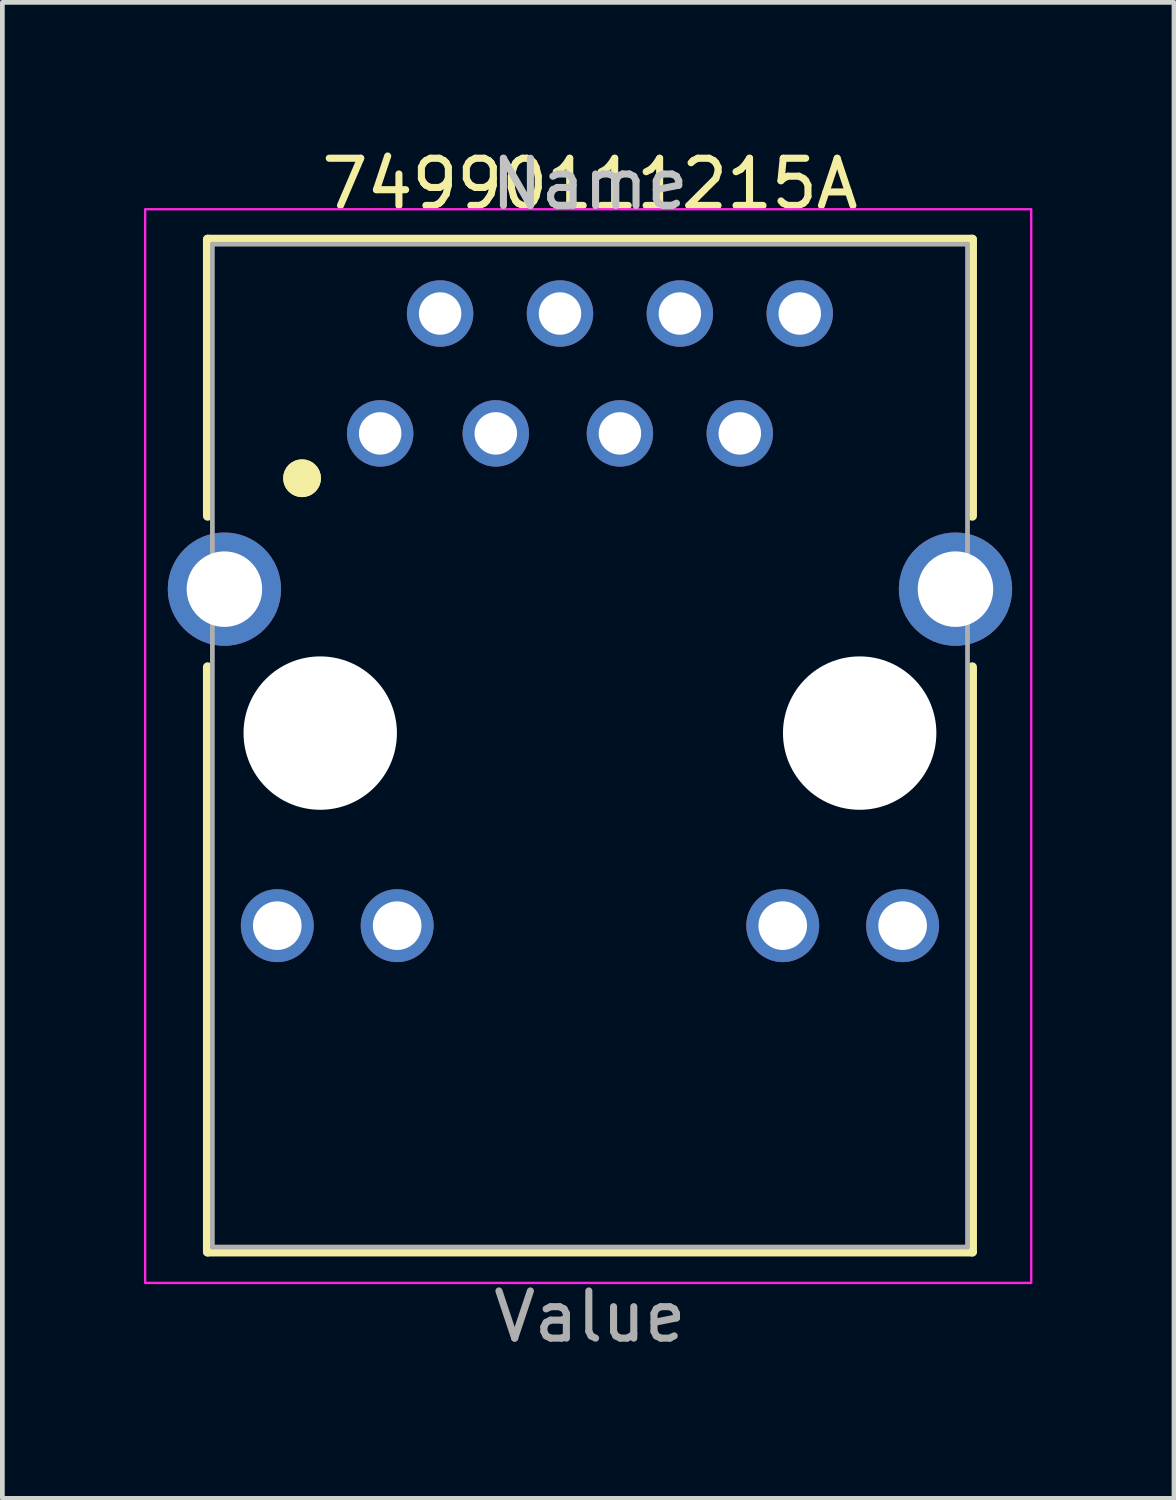
<source format=kicad_pcb>
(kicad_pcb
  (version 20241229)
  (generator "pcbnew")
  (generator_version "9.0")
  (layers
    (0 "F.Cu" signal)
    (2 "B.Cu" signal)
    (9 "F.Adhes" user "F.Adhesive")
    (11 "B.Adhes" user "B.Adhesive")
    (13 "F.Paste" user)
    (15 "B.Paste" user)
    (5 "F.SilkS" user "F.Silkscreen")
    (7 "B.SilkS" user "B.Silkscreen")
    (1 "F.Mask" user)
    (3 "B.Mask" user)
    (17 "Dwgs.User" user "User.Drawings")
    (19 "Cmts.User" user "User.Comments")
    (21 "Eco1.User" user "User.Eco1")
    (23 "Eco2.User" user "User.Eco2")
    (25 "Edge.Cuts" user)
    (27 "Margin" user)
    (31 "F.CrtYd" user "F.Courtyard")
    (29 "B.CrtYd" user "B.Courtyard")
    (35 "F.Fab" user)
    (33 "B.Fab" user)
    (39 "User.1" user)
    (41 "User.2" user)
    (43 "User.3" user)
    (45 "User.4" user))
  (footprint "74990111215A"
    (layer "F.Cu")
    (at 9.45 12.483)
    (property "Reference" "74990111215A" (at 0 -11.635 0) (layer "F.SilkS") (effects (font (size 1 1) (thickness 0.15))))
    (attr through_hole)
    (fp_line (start -8.1 -4.6) (end -8.1 -10.46) (stroke (width 0.2) (type solid)) (layer "F.SilkS"))
    (fp_line (start -8.1 -1.4) (end -8.1 10.99) (stroke (width 0.2) (type solid)) (layer "F.SilkS"))
    (fp_line (start -8.1 10.99) (end 8.1 10.99) (stroke (width 0.2) (type solid)) (layer "F.SilkS"))
    (fp_line (start 8.1 -10.46) (end -8.1 -10.46) (stroke (width 0.2) (type solid)) (layer "F.SilkS"))
    (fp_line (start 8.1 -4.6) (end 8.1 -10.46) (stroke (width 0.2) (type solid)) (layer "F.SilkS"))
    (fp_line (start 8.1 -1.4) (end 8.1 10.99) (stroke (width 0.2) (type solid)) (layer "F.SilkS"))
    (fp_circle (center -6.1 -5.4) (end -5.9 -5.4) (stroke (width 0.4) (type solid)) (fill no) (layer "F.SilkS"))
    (fp_circle (center -6.1 -5.4) (end -5.9 -5.4) (stroke (width 0.4) (type solid)) (fill no) (layer "F.SilkS"))
    (fp_rect (start -9.425 -11.1) (end 9.35 11.65) (stroke (width 0.05) (type default)) (fill no) (layer "F.CrtYd"))
    (fp_line (start -8 -10.36) (end -8 10.89) (stroke (width 0.1) (type solid)) (layer "F.Fab"))
    (fp_line (start -8 -10.36) (end 8 -10.36) (stroke (width 0.1) (type solid)) (layer "F.Fab"))
    (fp_line (start -8 10.89) (end 8 10.89) (stroke (width 0.1) (type solid)) (layer "F.Fab"))
    (fp_line (start 8 10.89) (end 8 -10.36) (stroke (width 0.1) (type solid)) (layer "F.Fab"))
    (fp_text user "Name" (at 0 -11.635 0) (layer "Dwgs.User") (effects (font (size 1 1) (thickness 0.15))))
    (fp_text user "Value" (at 0 12.365 0) (layer "F.Fab") (effects (font (size 1 1) (thickness 0.15))))
    (pad "" np_thru_hole circle (at -5.715 0) (size 3.25 3.25) (drill 3.25) (layers "*.Cu" "*.Mask"))
    (pad "" np_thru_hole circle (at 5.715 0) (size 3.25 3.25) (drill 3.25) (layers "*.Cu" "*.Mask"))
    (pad "1" thru_hole circle (at -4.445 -6.35) (size 1.408 1.408) (drill 0.9) (layers "*.Cu" "*.Mask"))
    (pad "2" thru_hole circle (at -3.175 -8.89) (size 1.408 1.408) (drill 0.9) (layers "*.Cu" "*.Mask"))
    (pad "3" thru_hole circle (at -1.995 -6.35) (size 1.408 1.408) (drill 0.9) (layers "*.Cu" "*.Mask"))
    (pad "4" thru_hole circle (at -0.635 -8.89) (size 1.408 1.408) (drill 0.9) (layers "*.Cu" "*.Mask"))
    (pad "5" thru_hole circle (at 0.635 -6.35) (size 1.408 1.408) (drill 0.9) (layers "*.Cu" "*.Mask"))
    (pad "6" thru_hole circle (at 1.905 -8.89) (size 1.408 1.408) (drill 0.9) (layers "*.Cu" "*.Mask"))
    (pad "7" thru_hole circle (at 3.175 -6.35) (size 1.408 1.408) (drill 0.9) (layers "*.Cu" "*.Mask"))
    (pad "8" thru_hole circle (at 4.445 -8.89) (size 1.408 1.408) (drill 0.9) (layers "*.Cu" "*.Mask"))
    (pad "9" thru_hole circle (at -6.625 4.08) (size 1.545 1.545) (drill 1.03) (layers "*.Cu" "*.Mask"))
    (pad "10" thru_hole circle (at -4.085 4.08) (size 1.545 1.545) (drill 1.03) (layers "*.Cu" "*.Mask"))
    (pad "11" thru_hole circle (at 4.085 4.08) (size 1.545 1.545) (drill 1.03) (layers "*.Cu" "*.Mask"))
    (pad "12" thru_hole circle (at 6.625 4.08) (size 1.545 1.545) (drill 1.03) (layers "*.Cu" "*.Mask"))
    (pad "S1" thru_hole circle (at -7.745 -3.05) (size 2.4 2.4) (drill 1.6) (layers "*.Cu" "*.Mask"))
    (pad "S2" thru_hole circle (at 7.745 -3.05) (size 2.4 2.4) (drill 1.6) (layers "*.Cu" "*.Mask")))
  (gr_rect
    (start -3 -3)
    (end 21.825 28.697)
    (stroke (width 0.1) (type default))
    (fill no)
    (layer "Edge.Cuts")))
</source>
